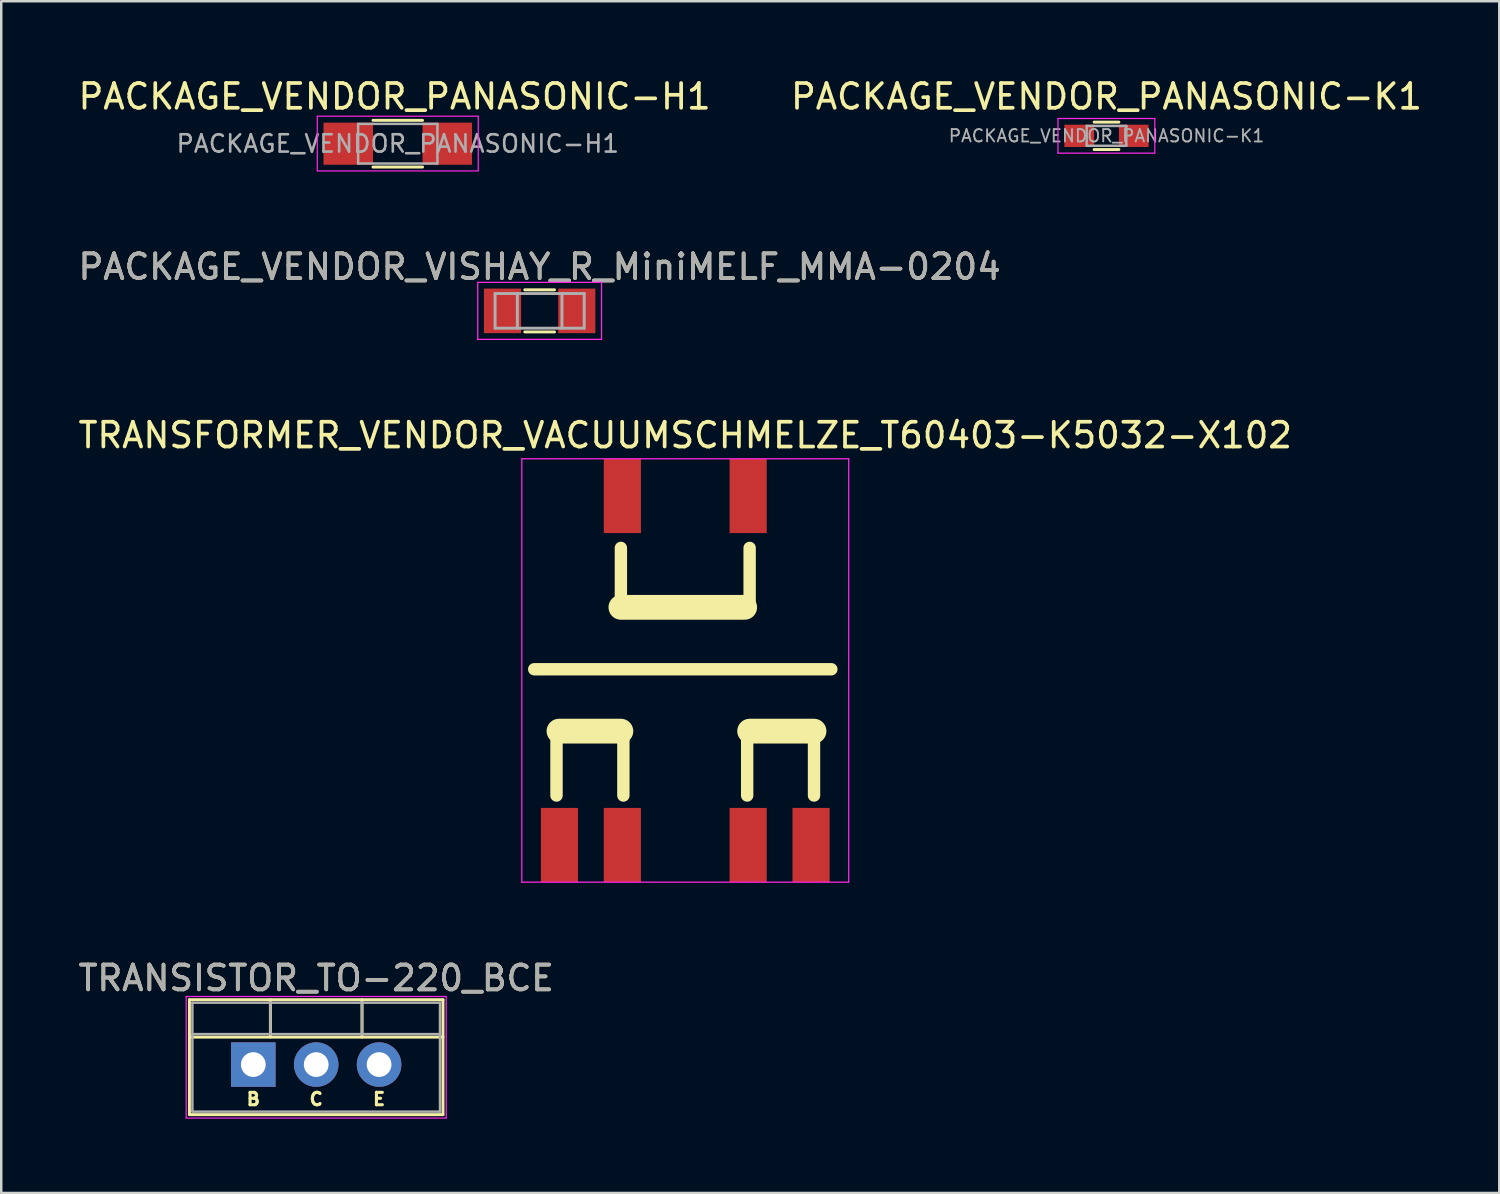
<source format=kicad_pcb>
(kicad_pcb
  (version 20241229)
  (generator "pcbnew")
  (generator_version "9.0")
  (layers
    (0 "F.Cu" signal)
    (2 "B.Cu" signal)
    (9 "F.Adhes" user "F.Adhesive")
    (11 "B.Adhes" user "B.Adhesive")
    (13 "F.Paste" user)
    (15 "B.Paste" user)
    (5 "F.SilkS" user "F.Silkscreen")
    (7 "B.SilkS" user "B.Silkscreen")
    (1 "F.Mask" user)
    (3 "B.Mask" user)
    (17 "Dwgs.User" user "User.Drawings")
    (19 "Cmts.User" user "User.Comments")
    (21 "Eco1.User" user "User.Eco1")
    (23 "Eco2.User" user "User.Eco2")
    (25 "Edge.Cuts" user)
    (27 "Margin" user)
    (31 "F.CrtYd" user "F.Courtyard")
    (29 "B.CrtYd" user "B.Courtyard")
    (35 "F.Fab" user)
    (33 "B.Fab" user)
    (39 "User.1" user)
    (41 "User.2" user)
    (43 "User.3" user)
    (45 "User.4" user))
  (footprint "PACKAGE_VENDOR_VISHAY_R_MiniMELF_MMA-0204"
    (layer "F.Cu")
    (at 18.744 9.505)
    (property "Reference" "PACKAGE_VENDOR_VISHAY_R_MiniMELF_MMA-0204" (at 0 -1.778 0) (layer "F.SilkS") (effects (font (size 1 1) (thickness 0.15))))
    (attr smd)
    (fp_line (start -0.6 -0.85) (end 0.6 -0.85) (stroke (width 0.12) (type solid)) (layer "F.SilkS"))
    (fp_line (start 0.6 0.85) (end -0.6 0.85) (stroke (width 0.12) (type solid)) (layer "F.SilkS"))
    (fp_line (start -2.5 -1.15) (end -2.5 1.15) (stroke (width 0.051) (type solid)) (layer "F.CrtYd"))
    (fp_line (start -2.5 -1.15) (end 2.5 -1.15) (stroke (width 0.051) (type solid)) (layer "F.CrtYd"))
    (fp_line (start 2.5 1.15) (end -2.5 1.15) (stroke (width 0.051) (type solid)) (layer "F.CrtYd"))
    (fp_line (start 2.5 1.15) (end 2.5 -1.15) (stroke (width 0.051) (type solid)) (layer "F.CrtYd"))
    (fp_line (start -1.8 -0.7) (end -1.8 0.7) (stroke (width 0.12) (type solid)) (layer "F.Fab"))
    (fp_line (start -1.8 0.7) (end 1.8 0.7) (stroke (width 0.12) (type solid)) (layer "F.Fab"))
    (fp_line (start -0.9 -0.7) (end -0.9 0.7) (stroke (width 0.12) (type solid)) (layer "F.Fab"))
    (fp_line (start 0.9 0.7) (end 0.9 -0.7) (stroke (width 0.12) (type solid)) (layer "F.Fab"))
    (fp_line (start 1.8 -0.7) (end -1.8 -0.7) (stroke (width 0.12) (type solid)) (layer "F.Fab"))
    (fp_line (start 1.8 0.7) (end 1.8 -0.7) (stroke (width 0.12) (type solid)) (layer "F.Fab"))
    (fp_text user "${REFERENCE}" (at 0 -1.778 0) (layer "F.Fab") (effects (font (size 1 1) (thickness 0.15))))
    (pad "1" smd rect (at -1.5 0) (size 1.5 1.8) (layers "F.Cu" "F.Mask" "F.Paste"))
    (pad "2" smd rect (at 1.5 0) (size 1.5 1.8) (layers "F.Cu" "F.Mask" "F.Paste")))
  (footprint "TRANSFORMER_VENDOR_VACUUMSCHMELZE_T60403-K5032-X102"
    (layer "F.Cu")
    (at 24.625 24.028)
    (property "Reference" "TRANSFORMER_VENDOR_VACUUMSCHMELZE_T60403-K5032-X102" (at 0 -9.5 0) (layer "F.SilkS") (effects (font (size 1 1) (thickness 0.15))))
    (attr through_hole)
    (fp_line (start -6.1 -0.05) (end 5.9 -0.05) (stroke (width 0.5) (type solid)) (layer "F.SilkS"))
    (fp_line (start -5.2 2.45) (end -5.2 5.05) (stroke (width 0.5) (type solid)) (layer "F.SilkS"))
    (fp_line (start -5.1 2.45) (end -2.6 2.45) (stroke (width 1) (type solid)) (layer "F.SilkS"))
    (fp_line (start -2.6 -2.55) (end -2.6 -4.95) (stroke (width 0.5) (type solid)) (layer "F.SilkS"))
    (fp_line (start -2.6 -2.55) (end 2.4 -2.55) (stroke (width 1) (type solid)) (layer "F.SilkS"))
    (fp_line (start -2.5 2.45) (end -2.5 5.05) (stroke (width 0.5) (type solid)) (layer "F.SilkS"))
    (fp_line (start 2.5 2.45) (end 2.5 5.05) (stroke (width 0.5) (type solid)) (layer "F.SilkS"))
    (fp_line (start 2.6 -2.55) (end 2.6 -4.95) (stroke (width 0.5) (type solid)) (layer "F.SilkS"))
    (fp_line (start 2.6 2.45) (end 5.2 2.45) (stroke (width 1) (type solid)) (layer "F.SilkS"))
    (fp_line (start 5.2 2.45) (end 5.2 5.05) (stroke (width 0.5) (type solid)) (layer "F.SilkS"))
    (fp_line (start -6.6 -8.55) (end 6.6 -8.55) (stroke (width 0.051) (type solid)) (layer "F.CrtYd"))
    (fp_line (start -6.6 8.55) (end -6.6 -8.55) (stroke (width 0.051) (type solid)) (layer "F.CrtYd"))
    (fp_line (start 6.6 -8.55) (end 6.6 8.55) (stroke (width 0.051) (type solid)) (layer "F.CrtYd"))
    (fp_line (start 6.6 8.55) (end -6.6 8.55) (stroke (width 0.051) (type solid)) (layer "F.CrtYd"))
    (pad "1" smd rect (at -2.54 -7.05) (size 1.5 3) (layers "F.Cu" "F.Mask" "F.Paste"))
    (pad "2" smd rect (at 2.54 -7.05) (size 1.5 3) (layers "F.Cu" "F.Mask" "F.Paste"))
    (pad "3" smd rect (at -5.08 7.05) (size 1.5 3) (layers "F.Cu" "F.Mask" "F.Paste"))
    (pad "4" smd rect (at -2.54 7.05) (size 1.5 3) (layers "F.Cu" "F.Mask" "F.Paste"))
    (pad "5" smd rect (at 2.54 7.05) (size 1.5 3) (layers "F.Cu" "F.Mask" "F.Paste"))
    (pad "6" smd rect (at 5.08 7.05) (size 1.5 3) (layers "F.Cu" "F.Mask" "F.Paste")))
  (footprint "PACKAGE_VENDOR_PANASONIC-K1"
    (layer "F.Cu")
    (at 41.637 2.436)
    (property "Reference" "PACKAGE_VENDOR_PANASONIC-K1" (at 0 -1.587 0) (layer "F.SilkS") (effects (font (size 1 1) (thickness 0.15))))
    (attr smd)
    (fp_line (start -0.5 -0.553) (end 0.5 -0.553) (stroke (width 0.12) (type solid)) (layer "F.SilkS"))
    (fp_line (start 0.5 0.553) (end -0.5 0.553) (stroke (width 0.12) (type solid)) (layer "F.SilkS"))
    (fp_line (start -1.96 -0.7) (end -1.96 0.7) (stroke (width 0.05) (type solid)) (layer "F.CrtYd"))
    (fp_line (start -1.96 -0.7) (end 1.95 -0.7) (stroke (width 0.05) (type solid)) (layer "F.CrtYd"))
    (fp_line (start 1.95 0.7) (end -1.96 0.7) (stroke (width 0.05) (type solid)) (layer "F.CrtYd"))
    (fp_line (start 1.95 0.7) (end 1.95 -0.7) (stroke (width 0.05) (type solid)) (layer "F.CrtYd"))
    (fp_line (start -0.8 -0.4) (end 0.8 -0.4) (stroke (width 0.1) (type solid)) (layer "F.Fab"))
    (fp_line (start -0.8 0.4) (end -0.8 -0.4) (stroke (width 0.1) (type solid)) (layer "F.Fab"))
    (fp_line (start 0.8 -0.4) (end 0.8 0.4) (stroke (width 0.1) (type solid)) (layer "F.Fab"))
    (fp_line (start 0.8 0.4) (end -0.8 0.4) (stroke (width 0.1) (type solid)) (layer "F.Fab"))
    (fp_text user "${REFERENCE}" (at 0 0 0) (layer "F.Fab") (effects (font (size 0.5 0.5) (thickness 0.075))))
    (pad "1" smd rect (at -1.1 0) (size 1.2 0.9) (layers "F.Cu" "F.Mask" "F.Paste"))
    (pad "2" smd rect (at 1.1 0) (size 1.2 0.9) (layers "F.Cu" "F.Mask" "F.Paste")))
  (footprint "TRANSISTOR_TO-220_BCE"
    (layer "F.Cu")
    (at 7.18 39.944)
    (property "Reference" "TRANSISTOR_TO-220_BCE" (at 2.54 -3.493 0) (layer "F.SilkS") (effects (font (size 1 1) (thickness 0.15))))
    (attr through_hole)
    (fp_line (start -2.58 -2.62) (end -2.58 2.021) (stroke (width 0.12) (type solid)) (layer "F.SilkS"))
    (fp_line (start -2.58 -2.62) (end 7.66 -2.62) (stroke (width 0.12) (type solid)) (layer "F.SilkS"))
    (fp_line (start -2.58 -1.11) (end 7.66 -1.11) (stroke (width 0.12) (type solid)) (layer "F.SilkS"))
    (fp_line (start -2.58 2.021) (end 7.66 2.021) (stroke (width 0.12) (type solid)) (layer "F.SilkS"))
    (fp_line (start 0.69 -2.62) (end 0.69 -1.11) (stroke (width 0.12) (type solid)) (layer "F.SilkS"))
    (fp_line (start 4.391 -2.62) (end 4.391 -1.11) (stroke (width 0.12) (type solid)) (layer "F.SilkS"))
    (fp_line (start 7.66 -2.62) (end 7.66 2.021) (stroke (width 0.12) (type solid)) (layer "F.SilkS"))
    (fp_line (start -2.71 -2.75) (end -2.71 2.16) (stroke (width 0.05) (type solid)) (layer "F.CrtYd"))
    (fp_line (start -2.71 2.16) (end 7.79 2.16) (stroke (width 0.05) (type solid)) (layer "F.CrtYd"))
    (fp_line (start 7.79 -2.75) (end -2.71 -2.75) (stroke (width 0.05) (type solid)) (layer "F.CrtYd"))
    (fp_line (start 7.79 2.16) (end 7.79 -2.75) (stroke (width 0.05) (type solid)) (layer "F.CrtYd"))
    (fp_line (start -2.46 -2.5) (end -2.46 1.9) (stroke (width 0.1) (type solid)) (layer "F.Fab"))
    (fp_line (start -2.46 -1.23) (end 7.54 -1.23) (stroke (width 0.1) (type solid)) (layer "F.Fab"))
    (fp_line (start -2.46 1.9) (end 7.54 1.9) (stroke (width 0.1) (type solid)) (layer "F.Fab"))
    (fp_line (start 0.69 -2.5) (end 0.69 -1.23) (stroke (width 0.1) (type solid)) (layer "F.Fab"))
    (fp_line (start 4.39 -2.5) (end 4.39 -1.23) (stroke (width 0.1) (type solid)) (layer "F.Fab"))
    (fp_line (start 7.54 -2.5) (end -2.46 -2.5) (stroke (width 0.1) (type solid)) (layer "F.Fab"))
    (fp_line (start 7.54 1.9) (end 7.54 -2.5) (stroke (width 0.1) (type solid)) (layer "F.Fab"))
    (fp_text user "B" (at 0 1.397 0) (layer "F.SilkS") (effects (font (size 0.5 0.5) (thickness 0.125))))
    (fp_text user "C" (at 2.54 1.397 0) (layer "F.SilkS") (effects (font (size 0.5 0.5) (thickness 0.125))))
    (fp_text user "E" (at 5.08 1.397 0) (layer "F.SilkS") (effects (font (size 0.5 0.5) (thickness 0.125))))
    (fp_text user "${REFERENCE}" (at 2.54 -3.493 0) (layer "F.Fab") (effects (font (size 1 1) (thickness 0.15))))
    (pad "1" thru_hole rect (at 0 0) (size 1.8 1.8) (drill 1) (layers "*.Cu" "*.Mask"))
    (pad "2" thru_hole oval (at 2.54 0) (size 1.8 1.8) (drill 1) (layers "*.Cu" "*.Mask"))
    (pad "3" thru_hole oval (at 5.08 0) (size 1.8 1.8) (drill 1) (layers "*.Cu" "*.Mask")))
  (footprint "PACKAGE_VENDOR_PANASONIC-H1"
    (layer "F.Cu")
    (at 13.014 2.753)
    (property "Reference" "PACKAGE_VENDOR_PANASONIC-H1" (at -0.127 -1.905 0) (layer "F.SilkS") (effects (font (size 1 1) (thickness 0.15))))
    (attr smd)
    (fp_line (start -1 -0.943) (end 1 -0.943) (stroke (width 0.12) (type solid)) (layer "F.SilkS"))
    (fp_line (start 1 0.943) (end -1 0.943) (stroke (width 0.12) (type solid)) (layer "F.SilkS"))
    (fp_line (start -3.25 -1.11) (end -3.25 1.1) (stroke (width 0.05) (type solid)) (layer "F.CrtYd"))
    (fp_line (start -3.25 -1.11) (end 3.25 -1.11) (stroke (width 0.05) (type solid)) (layer "F.CrtYd"))
    (fp_line (start 3.25 1.1) (end -3.25 1.1) (stroke (width 0.05) (type solid)) (layer "F.CrtYd"))
    (fp_line (start 3.25 1.1) (end 3.25 -1.11) (stroke (width 0.05) (type solid)) (layer "F.CrtYd"))
    (fp_line (start -1.6 -0.8) (end 1.6 -0.8) (stroke (width 0.1) (type solid)) (layer "F.Fab"))
    (fp_line (start -1.6 0.8) (end -1.6 -0.8) (stroke (width 0.1) (type solid)) (layer "F.Fab"))
    (fp_line (start 1.6 -0.8) (end 1.6 0.8) (stroke (width 0.1) (type solid)) (layer "F.Fab"))
    (fp_line (start 1.6 0.8) (end -1.6 0.8) (stroke (width 0.1) (type solid)) (layer "F.Fab"))
    (fp_text user "${REFERENCE}" (at 0 0 0) (layer "F.Fab") (effects (font (size 0.7 0.7) (thickness 0.105))))
    (pad "1" smd rect (at -2 0) (size 2 1.7) (layers "F.Cu" "F.Mask" "F.Paste"))
    (pad "2" smd rect (at 2 0) (size 2 1.7) (layers "F.Cu" "F.Mask" "F.Paste")))
  (gr_rect
    (start -3 -3)
    (end 57.5 45.129)
    (stroke (width 0.1) (type default))
    (fill no)
    (layer "Edge.Cuts")))
</source>
